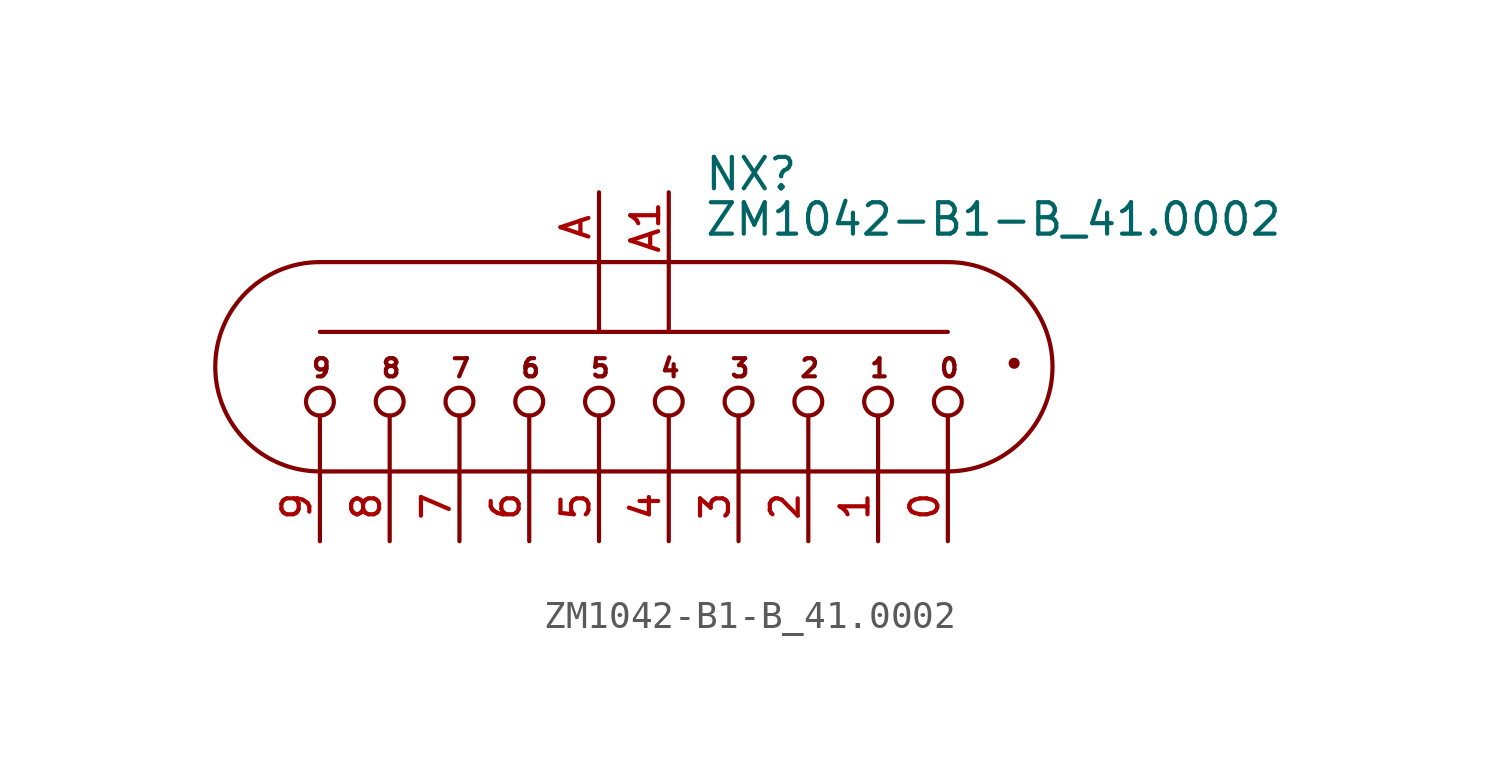
<source format=kicad_sym>
(kicad_symbol_lib
  (version 20220914)
  (generator kicad_symbol_editor)
  (symbol "ZM1042-B1-B_41.0002"
    (pin_names
      (offset 1.016) hide)
    (property "Reference" "NX"
      (at 3.81 5.08 0)
      (effects (font (size 1.143 1.143)) (justify left bottom)))
    (property "Value" "ZM1042-B1-B_41.0002"
      (at 3.81 3.429 0)
      (effects (font (size 1.143 1.143)) (justify left bottom)))
    (property "ki_locked" ""
      (at 0 0 0)
      (effects (font (size 1.27 1.27))))
    (symbol "ZM1042-B1-B_41.0002_1_0"
      (polyline (pts (xy -10.16 -5.08) (xy -10.16 -3.048)) (stroke (width 0) (type solid)) (fill (type none)))
      (polyline (pts (xy -10.16 -5.08) (xy -7.62 -5.08)) (stroke (width 0) (type solid)) (fill (type none)))
      (polyline (pts (xy -10.16 0) (xy 0 0)) (stroke (width 0) (type solid)) (fill (type none)))
      (polyline (pts (xy -10.16 2.54) (xy 0 2.54)) (stroke (width 0) (type solid)) (fill (type none)))
      (polyline (pts (xy -7.62 -5.08) (xy -7.62 -3.048)) (stroke (width 0) (type solid)) (fill (type none)))
      (polyline (pts (xy -7.62 -5.08) (xy -5.08 -5.08)) (stroke (width 0) (type solid)) (fill (type none)))
      (polyline (pts (xy -5.08 -5.08) (xy -5.08 -3.048)) (stroke (width 0) (type solid)) (fill (type none)))
      (polyline (pts (xy -5.08 -5.08) (xy -2.54 -5.08)) (stroke (width 0) (type solid)) (fill (type none)))
      (polyline (pts (xy -2.54 -5.08) (xy -2.54 -3.048)) (stroke (width 0) (type solid)) (fill (type none)))
      (polyline (pts (xy -2.54 -5.08) (xy 0 -5.08)) (stroke (width 0) (type solid)) (fill (type none)))
      (polyline (pts (xy 0 -5.08) (xy 0 -3.048)) (stroke (width 0) (type solid)) (fill (type none)))
      (polyline (pts (xy 0 -5.08) (xy 2.54 -5.08)) (stroke (width 0) (type solid)) (fill (type none)))
      (polyline (pts (xy 0 0) (xy 2.54 0)) (stroke (width 0) (type solid)) (fill (type none)))
      (polyline (pts (xy 0 2.54) (xy 0 0)) (stroke (width 0) (type solid)) (fill (type none)))
      (polyline (pts (xy 0 2.54) (xy 2.54 2.54)) (stroke (width 0) (type solid)) (fill (type none)))
      (polyline (pts (xy 2.54 -5.08) (xy 2.54 -3.048)) (stroke (width 0) (type solid)) (fill (type none)))
      (polyline (pts (xy 2.54 -5.08) (xy 5.08 -5.08)) (stroke (width 0) (type solid)) (fill (type none)))
      (polyline (pts (xy 2.54 0) (xy 12.7 0)) (stroke (width 0) (type solid)) (fill (type none)))
      (polyline (pts (xy 2.54 2.54) (xy 2.54 0)) (stroke (width 0) (type solid)) (fill (type none)))
      (polyline (pts (xy 2.54 2.54) (xy 12.7 2.54)) (stroke (width 0) (type solid)) (fill (type none)))
      (polyline (pts (xy 5.08 -5.08) (xy 5.08 -3.048)) (stroke (width 0) (type solid)) (fill (type none)))
      (polyline (pts (xy 5.08 -5.08) (xy 7.62 -5.08)) (stroke (width 0) (type solid)) (fill (type none)))
      (polyline (pts (xy 7.62 -5.08) (xy 7.62 -3.048)) (stroke (width 0) (type solid)) (fill (type none)))
      (polyline (pts (xy 7.62 -5.08) (xy 10.16 -5.08)) (stroke (width 0) (type solid)) (fill (type none)))
      (polyline (pts (xy 10.16 -5.08) (xy 10.16 -3.048)) (stroke (width 0) (type solid)) (fill (type none)))
      (polyline (pts (xy 10.16 -5.08) (xy 12.7 -5.08)) (stroke (width 0) (type solid)) (fill (type none)))
      (polyline (pts (xy 12.7 -5.08) (xy 12.7 -3.048)) (stroke (width 0) (type solid)) (fill (type none)))
      (text "0" (at 12.751 -1.321 0) (effects (font (size 0.66 0.66))))
      (text "1" (at 10.211 -1.321 0) (effects (font (size 0.66 0.66))))
      (text "2" (at 7.671 -1.321 0) (effects (font (size 0.66 0.66))))
      (text "3" (at 5.131 -1.321 0) (effects (font (size 0.66 0.66))))
      (text "4" (at 2.591 -1.321 0) (effects (font (size 0.66 0.66))))
      (text "5" (at 0.051 -1.321 0) (effects (font (size 0.66 0.66))))
      (text "6" (at -2.489 -1.321 0) (effects (font (size 0.66 0.66))))
      (text "7" (at -5.029 -1.321 0) (effects (font (size 0.66 0.66))))
      (text "8" (at -7.569 -1.321 0) (effects (font (size 0.66 0.66))))
      (text "9" (at -10.109 -1.321 0) (effects (font (size 0.66 0.66)))))
    (symbol "ZM1042-B1-B_41.0002_1_1"
      (circle (center -10.16 -2.54) (radius 0.508) (stroke (width 0) (type solid)) (fill (type none)))
      (arc (start -10.16 2.54) (mid -13.9534 -1.27) (end -10.16 -5.08) (stroke (width 0) (type solid)) (fill (type none)))
      (circle (center -7.62 -2.54) (radius 0.508) (stroke (width 0) (type solid)) (fill (type none)))
      (circle (center -5.08 -2.54) (radius 0.508) (stroke (width 0) (type solid)) (fill (type none)))
      (circle (center -2.54 -2.54) (radius 0.508) (stroke (width 0) (type solid)) (fill (type none)))
      (circle (center 0 -2.54) (radius 0.508) (stroke (width 0) (type solid)) (fill (type none)))
      (circle (center 2.54 -2.54) (radius 0.508) (stroke (width 0) (type solid)) (fill (type none)))
      (circle (center 5.08 -2.54) (radius 0.508) (stroke (width 0) (type solid)) (fill (type none)))
      (circle (center 7.62 -2.54) (radius 0.508) (stroke (width 0) (type solid)) (fill (type none)))
      (circle (center 10.16 -2.54) (radius 0.508) (stroke (width 0) (type solid)) (fill (type none)))
      (arc (start 12.7 -5.08) (mid 16.4934 -1.27) (end 12.7 2.54) (stroke (width 0) (type solid)) (fill (type none)))
      (circle (center 12.7 -2.54) (radius 0.508) (stroke (width 0) (type solid)) (fill (type none)))
      (circle (center 15.113 -1.143) (radius 0.127) (stroke (width 0) (type solid)) (fill (type outline)))
      (pin passive line (at 12.7 -7.62 90) (length 2.54) (name "0" (effects (font (size 1.016 1.016)))) (number "0" (effects (font (size 1.016 1.016)))))
      (pin passive line (at 10.16 -7.62 90) (length 2.54) (name "1" (effects (font (size 1.016 1.016)))) (number "1" (effects (font (size 1.016 1.016)))))
      (pin passive line (at 7.62 -7.62 90) (length 2.54) (name "2" (effects (font (size 1.016 1.016)))) (number "2" (effects (font (size 1.016 1.016)))))
      (pin passive line (at 5.08 -7.62 90) (length 2.54) (name "3" (effects (font (size 1.016 1.016)))) (number "3" (effects (font (size 1.016 1.016)))))
      (pin passive line (at 2.54 -7.62 90) (length 2.54) (name "4" (effects (font (size 1.016 1.016)))) (number "4" (effects (font (size 1.016 1.016)))))
      (pin passive line (at 0 -7.62 90) (length 2.54) (name "5" (effects (font (size 1.016 1.016)))) (number "5" (effects (font (size 1.016 1.016)))))
      (pin passive line (at -2.54 -7.62 90) (length 2.54) (name "6" (effects (font (size 1.016 1.016)))) (number "6" (effects (font (size 1.016 1.016)))))
      (pin passive line (at -5.08 -7.62 90) (length 2.54) (name "7" (effects (font (size 1.016 1.016)))) (number "7" (effects (font (size 1.016 1.016)))))
      (pin passive line (at -7.62 -7.62 90) (length 2.54) (name "8" (effects (font (size 1.016 1.016)))) (number "8" (effects (font (size 1.016 1.016)))))
      (pin passive line (at -10.16 -7.62 90) (length 2.54) (name "9" (effects (font (size 1.016 1.016)))) (number "9" (effects (font (size 1.016 1.016)))))
      (pin passive line (at 0 5.08 270) (length 2.54) (name "A1" (effects (font (size 1.016 1.016)))) (number "A" (effects (font (size 1.016 1.016)))))
      (pin passive line (at 2.54 5.08 270) (length 2.54) (name "A2" (effects (font (size 1.016 1.016)))) (number "A1" (effects (font (size 1.016 1.016))))))))
</source>
